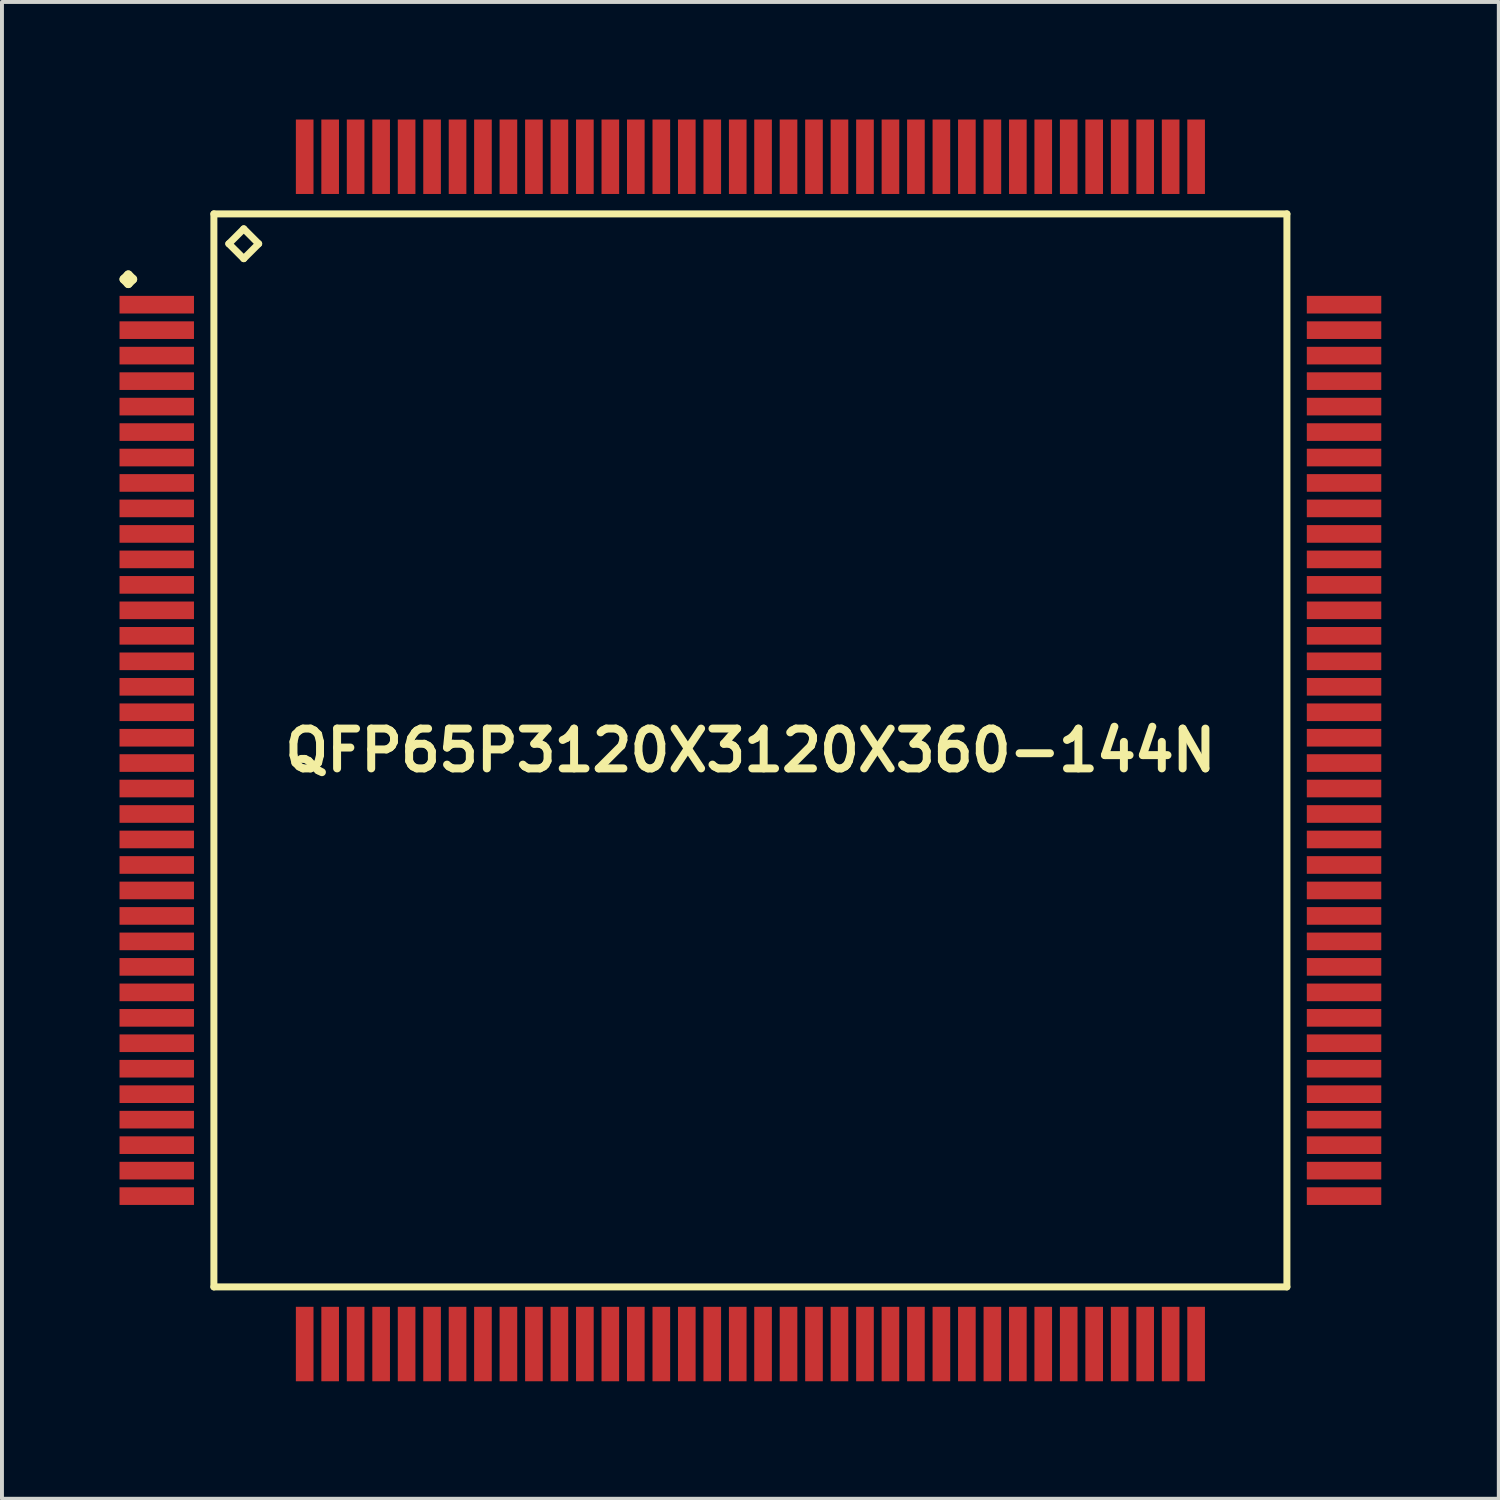
<source format=kicad_pcb>
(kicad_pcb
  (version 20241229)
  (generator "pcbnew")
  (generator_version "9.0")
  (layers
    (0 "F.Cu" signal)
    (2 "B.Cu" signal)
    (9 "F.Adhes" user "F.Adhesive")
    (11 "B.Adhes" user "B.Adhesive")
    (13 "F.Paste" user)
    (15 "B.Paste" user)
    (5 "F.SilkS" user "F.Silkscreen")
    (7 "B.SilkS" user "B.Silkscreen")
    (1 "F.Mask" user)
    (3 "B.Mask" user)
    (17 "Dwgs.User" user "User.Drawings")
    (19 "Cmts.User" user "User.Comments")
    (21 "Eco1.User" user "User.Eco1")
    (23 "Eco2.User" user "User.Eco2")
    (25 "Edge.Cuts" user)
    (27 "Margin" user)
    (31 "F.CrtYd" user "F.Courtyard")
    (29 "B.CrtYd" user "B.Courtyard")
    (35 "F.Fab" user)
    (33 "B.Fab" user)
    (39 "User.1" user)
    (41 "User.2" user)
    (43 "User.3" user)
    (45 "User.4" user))
  (footprint "QFP65P3120X3120X360-144N"
    (layer "F.Cu")
    (at 16.099 16.099)
    (property "Reference" "QFP65P3120X3120X360-144N" (at 0 0 0) (layer "F.SilkS") (effects (font (size 1.016 1.016) (thickness 0.203))))
    (attr smd)
    (fp_line (start -15.987 -12.024) (end -15.875 -12.136) (stroke (width 0.224) (type solid)) (layer "F.SilkS"))
    (fp_line (start -15.875 -12.136) (end -15.761 -12.024) (stroke (width 0.224) (type solid)) (layer "F.SilkS"))
    (fp_line (start -15.875 -11.91) (end -15.987 -12.024) (stroke (width 0.224) (type solid)) (layer "F.SilkS"))
    (fp_line (start -15.761 -12.024) (end -15.875 -11.91) (stroke (width 0.224) (type solid)) (layer "F.SilkS"))
    (fp_line (start -13.691 -13.691) (end -13.691 13.691) (stroke (width 0.178) (type solid)) (layer "F.SilkS"))
    (fp_line (start -13.691 13.691) (end 13.691 13.691) (stroke (width 0.178) (type solid)) (layer "F.SilkS"))
    (fp_line (start -13.31 -12.929) (end -12.929 -13.31) (stroke (width 0.178) (type solid)) (layer "F.SilkS"))
    (fp_line (start -12.929 -13.31) (end -12.548 -12.929) (stroke (width 0.178) (type solid)) (layer "F.SilkS"))
    (fp_line (start -12.929 -12.548) (end -13.31 -12.929) (stroke (width 0.178) (type solid)) (layer "F.SilkS"))
    (fp_line (start -12.548 -12.929) (end -12.929 -12.548) (stroke (width 0.178) (type solid)) (layer "F.SilkS"))
    (fp_line (start 13.691 -13.691) (end -13.691 -13.691) (stroke (width 0.178) (type solid)) (layer "F.SilkS"))
    (fp_line (start 13.691 13.691) (end 13.691 -13.691) (stroke (width 0.178) (type solid)) (layer "F.SilkS"))
    (pad "1" smd rect (at -15.149 -11.374) (size 1.9 0.45) (layers "F.Cu" "F.Mask" "F.Paste"))
    (pad "2" smd rect (at -15.149 -10.724) (size 1.9 0.45) (layers "F.Cu" "F.Mask" "F.Paste"))
    (pad "3" smd rect (at -15.149 -10.074) (size 1.9 0.45) (layers "F.Cu" "F.Mask" "F.Paste"))
    (pad "4" smd rect (at -15.149 -9.423) (size 1.9 0.45) (layers "F.Cu" "F.Mask" "F.Paste"))
    (pad "5" smd rect (at -15.149 -8.773) (size 1.9 0.45) (layers "F.Cu" "F.Mask" "F.Paste"))
    (pad "6" smd rect (at -15.149 -8.123) (size 1.9 0.45) (layers "F.Cu" "F.Mask" "F.Paste"))
    (pad "7" smd rect (at -15.149 -7.473) (size 1.9 0.45) (layers "F.Cu" "F.Mask" "F.Paste"))
    (pad "8" smd rect (at -15.149 -6.825) (size 1.9 0.45) (layers "F.Cu" "F.Mask" "F.Paste"))
    (pad "9" smd rect (at -15.149 -6.175) (size 1.9 0.45) (layers "F.Cu" "F.Mask" "F.Paste"))
    (pad "10" smd rect (at -15.149 -5.524) (size 1.9 0.45) (layers "F.Cu" "F.Mask" "F.Paste"))
    (pad "11" smd rect (at -15.149 -4.874) (size 1.9 0.45) (layers "F.Cu" "F.Mask" "F.Paste"))
    (pad "12" smd rect (at -15.149 -4.224) (size 1.9 0.45) (layers "F.Cu" "F.Mask" "F.Paste"))
    (pad "13" smd rect (at -15.149 -3.574) (size 1.9 0.45) (layers "F.Cu" "F.Mask" "F.Paste"))
    (pad "14" smd rect (at -15.149 -2.924) (size 1.9 0.45) (layers "F.Cu" "F.Mask" "F.Paste"))
    (pad "15" smd rect (at -15.149 -2.273) (size 1.9 0.45) (layers "F.Cu" "F.Mask" "F.Paste"))
    (pad "16" smd rect (at -15.149 -1.623) (size 1.9 0.45) (layers "F.Cu" "F.Mask" "F.Paste"))
    (pad "17" smd rect (at -15.149 -0.973) (size 1.9 0.45) (layers "F.Cu" "F.Mask" "F.Paste"))
    (pad "18" smd rect (at -15.149 -0.323) (size 1.9 0.45) (layers "F.Cu" "F.Mask" "F.Paste"))
    (pad "19" smd rect (at -15.149 0.323) (size 1.9 0.45) (layers "F.Cu" "F.Mask" "F.Paste"))
    (pad "20" smd rect (at -15.149 0.973) (size 1.9 0.45) (layers "F.Cu" "F.Mask" "F.Paste"))
    (pad "21" smd rect (at -15.149 1.623) (size 1.9 0.45) (layers "F.Cu" "F.Mask" "F.Paste"))
    (pad "22" smd rect (at -15.149 2.273) (size 1.9 0.45) (layers "F.Cu" "F.Mask" "F.Paste"))
    (pad "23" smd rect (at -15.149 2.924) (size 1.9 0.45) (layers "F.Cu" "F.Mask" "F.Paste"))
    (pad "24" smd rect (at -15.149 3.574) (size 1.9 0.45) (layers "F.Cu" "F.Mask" "F.Paste"))
    (pad "25" smd rect (at -15.149 4.224) (size 1.9 0.45) (layers "F.Cu" "F.Mask" "F.Paste"))
    (pad "26" smd rect (at -15.149 4.874) (size 1.9 0.45) (layers "F.Cu" "F.Mask" "F.Paste"))
    (pad "27" smd rect (at -15.149 5.524) (size 1.9 0.45) (layers "F.Cu" "F.Mask" "F.Paste"))
    (pad "28" smd rect (at -15.149 6.175) (size 1.9 0.45) (layers "F.Cu" "F.Mask" "F.Paste"))
    (pad "29" smd rect (at -15.149 6.825) (size 1.9 0.45) (layers "F.Cu" "F.Mask" "F.Paste"))
    (pad "30" smd rect (at -15.149 7.473) (size 1.9 0.45) (layers "F.Cu" "F.Mask" "F.Paste"))
    (pad "31" smd rect (at -15.149 8.123) (size 1.9 0.45) (layers "F.Cu" "F.Mask" "F.Paste"))
    (pad "32" smd rect (at -15.149 8.773) (size 1.9 0.45) (layers "F.Cu" "F.Mask" "F.Paste"))
    (pad "33" smd rect (at -15.149 9.423) (size 1.9 0.45) (layers "F.Cu" "F.Mask" "F.Paste"))
    (pad "34" smd rect (at -15.149 10.074) (size 1.9 0.45) (layers "F.Cu" "F.Mask" "F.Paste"))
    (pad "35" smd rect (at -15.149 10.724) (size 1.9 0.45) (layers "F.Cu" "F.Mask" "F.Paste"))
    (pad "36" smd rect (at -15.149 11.374) (size 1.9 0.45) (layers "F.Cu" "F.Mask" "F.Paste"))
    (pad "37" smd rect (at -11.374 15.149) (size 0.45 1.9) (layers "F.Cu" "F.Mask" "F.Paste"))
    (pad "38" smd rect (at -10.724 15.149) (size 0.45 1.9) (layers "F.Cu" "F.Mask" "F.Paste"))
    (pad "39" smd rect (at -10.074 15.149) (size 0.45 1.9) (layers "F.Cu" "F.Mask" "F.Paste"))
    (pad "40" smd rect (at -9.423 15.149) (size 0.45 1.9) (layers "F.Cu" "F.Mask" "F.Paste"))
    (pad "41" smd rect (at -8.773 15.149) (size 0.45 1.9) (layers "F.Cu" "F.Mask" "F.Paste"))
    (pad "42" smd rect (at -8.123 15.149) (size 0.45 1.9) (layers "F.Cu" "F.Mask" "F.Paste"))
    (pad "43" smd rect (at -7.473 15.149) (size 0.45 1.9) (layers "F.Cu" "F.Mask" "F.Paste"))
    (pad "44" smd rect (at -6.825 15.149) (size 0.45 1.9) (layers "F.Cu" "F.Mask" "F.Paste"))
    (pad "45" smd rect (at -6.175 15.149) (size 0.45 1.9) (layers "F.Cu" "F.Mask" "F.Paste"))
    (pad "46" smd rect (at -5.524 15.149) (size 0.45 1.9) (layers "F.Cu" "F.Mask" "F.Paste"))
    (pad "47" smd rect (at -4.874 15.149) (size 0.45 1.9) (layers "F.Cu" "F.Mask" "F.Paste"))
    (pad "48" smd rect (at -4.224 15.149) (size 0.45 1.9) (layers "F.Cu" "F.Mask" "F.Paste"))
    (pad "49" smd rect (at -3.574 15.149) (size 0.45 1.9) (layers "F.Cu" "F.Mask" "F.Paste"))
    (pad "50" smd rect (at -2.924 15.149) (size 0.45 1.9) (layers "F.Cu" "F.Mask" "F.Paste"))
    (pad "51" smd rect (at -2.273 15.149) (size 0.45 1.9) (layers "F.Cu" "F.Mask" "F.Paste"))
    (pad "52" smd rect (at -1.623 15.149) (size 0.45 1.9) (layers "F.Cu" "F.Mask" "F.Paste"))
    (pad "53" smd rect (at -0.973 15.149) (size 0.45 1.9) (layers "F.Cu" "F.Mask" "F.Paste"))
    (pad "54" smd rect (at -0.323 15.149) (size 0.45 1.9) (layers "F.Cu" "F.Mask" "F.Paste"))
    (pad "55" smd rect (at 0.323 15.149) (size 0.45 1.9) (layers "F.Cu" "F.Mask" "F.Paste"))
    (pad "56" smd rect (at 0.973 15.149) (size 0.45 1.9) (layers "F.Cu" "F.Mask" "F.Paste"))
    (pad "57" smd rect (at 1.623 15.149) (size 0.45 1.9) (layers "F.Cu" "F.Mask" "F.Paste"))
    (pad "58" smd rect (at 2.273 15.149) (size 0.45 1.9) (layers "F.Cu" "F.Mask" "F.Paste"))
    (pad "59" smd rect (at 2.924 15.149) (size 0.45 1.9) (layers "F.Cu" "F.Mask" "F.Paste"))
    (pad "60" smd rect (at 3.574 15.149) (size 0.45 1.9) (layers "F.Cu" "F.Mask" "F.Paste"))
    (pad "61" smd rect (at 4.224 15.149) (size 0.45 1.9) (layers "F.Cu" "F.Mask" "F.Paste"))
    (pad "62" smd rect (at 4.874 15.149) (size 0.45 1.9) (layers "F.Cu" "F.Mask" "F.Paste"))
    (pad "63" smd rect (at 5.524 15.149) (size 0.45 1.9) (layers "F.Cu" "F.Mask" "F.Paste"))
    (pad "64" smd rect (at 6.175 15.149) (size 0.45 1.9) (layers "F.Cu" "F.Mask" "F.Paste"))
    (pad "65" smd rect (at 6.825 15.149) (size 0.45 1.9) (layers "F.Cu" "F.Mask" "F.Paste"))
    (pad "66" smd rect (at 7.473 15.149) (size 0.45 1.9) (layers "F.Cu" "F.Mask" "F.Paste"))
    (pad "67" smd rect (at 8.123 15.149) (size 0.45 1.9) (layers "F.Cu" "F.Mask" "F.Paste"))
    (pad "68" smd rect (at 8.773 15.149) (size 0.45 1.9) (layers "F.Cu" "F.Mask" "F.Paste"))
    (pad "69" smd rect (at 9.423 15.149) (size 0.45 1.9) (layers "F.Cu" "F.Mask" "F.Paste"))
    (pad "70" smd rect (at 10.074 15.149) (size 0.45 1.9) (layers "F.Cu" "F.Mask" "F.Paste"))
    (pad "71" smd rect (at 10.724 15.149) (size 0.45 1.9) (layers "F.Cu" "F.Mask" "F.Paste"))
    (pad "72" smd rect (at 11.374 15.149) (size 0.45 1.9) (layers "F.Cu" "F.Mask" "F.Paste"))
    (pad "73" smd rect (at 15.149 11.374) (size 1.9 0.45) (layers "F.Cu" "F.Mask" "F.Paste"))
    (pad "74" smd rect (at 15.149 10.724) (size 1.9 0.45) (layers "F.Cu" "F.Mask" "F.Paste"))
    (pad "75" smd rect (at 15.149 10.074) (size 1.9 0.45) (layers "F.Cu" "F.Mask" "F.Paste"))
    (pad "76" smd rect (at 15.149 9.423) (size 1.9 0.45) (layers "F.Cu" "F.Mask" "F.Paste"))
    (pad "77" smd rect (at 15.149 8.773) (size 1.9 0.45) (layers "F.Cu" "F.Mask" "F.Paste"))
    (pad "78" smd rect (at 15.149 8.123) (size 1.9 0.45) (layers "F.Cu" "F.Mask" "F.Paste"))
    (pad "79" smd rect (at 15.149 7.473) (size 1.9 0.45) (layers "F.Cu" "F.Mask" "F.Paste"))
    (pad "80" smd rect (at 15.149 6.825) (size 1.9 0.45) (layers "F.Cu" "F.Mask" "F.Paste"))
    (pad "81" smd rect (at 15.149 6.175) (size 1.9 0.45) (layers "F.Cu" "F.Mask" "F.Paste"))
    (pad "82" smd rect (at 15.149 5.524) (size 1.9 0.45) (layers "F.Cu" "F.Mask" "F.Paste"))
    (pad "83" smd rect (at 15.149 4.874) (size 1.9 0.45) (layers "F.Cu" "F.Mask" "F.Paste"))
    (pad "84" smd rect (at 15.149 4.224) (size 1.9 0.45) (layers "F.Cu" "F.Mask" "F.Paste"))
    (pad "85" smd rect (at 15.149 3.574) (size 1.9 0.45) (layers "F.Cu" "F.Mask" "F.Paste"))
    (pad "86" smd rect (at 15.149 2.924) (size 1.9 0.45) (layers "F.Cu" "F.Mask" "F.Paste"))
    (pad "87" smd rect (at 15.149 2.273) (size 1.9 0.45) (layers "F.Cu" "F.Mask" "F.Paste"))
    (pad "88" smd rect (at 15.149 1.623) (size 1.9 0.45) (layers "F.Cu" "F.Mask" "F.Paste"))
    (pad "89" smd rect (at 15.149 0.973) (size 1.9 0.45) (layers "F.Cu" "F.Mask" "F.Paste"))
    (pad "90" smd rect (at 15.149 0.323) (size 1.9 0.45) (layers "F.Cu" "F.Mask" "F.Paste"))
    (pad "91" smd rect (at 15.149 -0.323) (size 1.9 0.45) (layers "F.Cu" "F.Mask" "F.Paste"))
    (pad "92" smd rect (at 15.149 -0.973) (size 1.9 0.45) (layers "F.Cu" "F.Mask" "F.Paste"))
    (pad "93" smd rect (at 15.149 -1.623) (size 1.9 0.45) (layers "F.Cu" "F.Mask" "F.Paste"))
    (pad "94" smd rect (at 15.149 -2.273) (size 1.9 0.45) (layers "F.Cu" "F.Mask" "F.Paste"))
    (pad "95" smd rect (at 15.149 -2.924) (size 1.9 0.45) (layers "F.Cu" "F.Mask" "F.Paste"))
    (pad "96" smd rect (at 15.149 -3.574) (size 1.9 0.45) (layers "F.Cu" "F.Mask" "F.Paste"))
    (pad "97" smd rect (at 15.149 -4.224) (size 1.9 0.45) (layers "F.Cu" "F.Mask" "F.Paste"))
    (pad "98" smd rect (at 15.149 -4.874) (size 1.9 0.45) (layers "F.Cu" "F.Mask" "F.Paste"))
    (pad "99" smd rect (at 15.149 -5.524) (size 1.9 0.45) (layers "F.Cu" "F.Mask" "F.Paste"))
    (pad "100" smd rect (at 15.149 -6.175) (size 1.9 0.45) (layers "F.Cu" "F.Mask" "F.Paste"))
    (pad "101" smd rect (at 15.149 -6.825) (size 1.9 0.45) (layers "F.Cu" "F.Mask" "F.Paste"))
    (pad "102" smd rect (at 15.149 -7.473) (size 1.9 0.45) (layers "F.Cu" "F.Mask" "F.Paste"))
    (pad "103" smd rect (at 15.149 -8.123) (size 1.9 0.45) (layers "F.Cu" "F.Mask" "F.Paste"))
    (pad "104" smd rect (at 15.149 -8.773) (size 1.9 0.45) (layers "F.Cu" "F.Mask" "F.Paste"))
    (pad "105" smd rect (at 15.149 -9.423) (size 1.9 0.45) (layers "F.Cu" "F.Mask" "F.Paste"))
    (pad "106" smd rect (at 15.149 -10.074) (size 1.9 0.45) (layers "F.Cu" "F.Mask" "F.Paste"))
    (pad "107" smd rect (at 15.149 -10.724) (size 1.9 0.45) (layers "F.Cu" "F.Mask" "F.Paste"))
    (pad "108" smd rect (at 15.149 -11.374) (size 1.9 0.45) (layers "F.Cu" "F.Mask" "F.Paste"))
    (pad "109" smd rect (at 11.374 -15.149) (size 0.45 1.9) (layers "F.Cu" "F.Mask" "F.Paste"))
    (pad "110" smd rect (at 10.724 -15.149) (size 0.45 1.9) (layers "F.Cu" "F.Mask" "F.Paste"))
    (pad "111" smd rect (at 10.074 -15.149) (size 0.45 1.9) (layers "F.Cu" "F.Mask" "F.Paste"))
    (pad "112" smd rect (at 9.423 -15.149) (size 0.45 1.9) (layers "F.Cu" "F.Mask" "F.Paste"))
    (pad "113" smd rect (at 8.773 -15.149) (size 0.45 1.9) (layers "F.Cu" "F.Mask" "F.Paste"))
    (pad "114" smd rect (at 8.123 -15.149) (size 0.45 1.9) (layers "F.Cu" "F.Mask" "F.Paste"))
    (pad "115" smd rect (at 7.473 -15.149) (size 0.45 1.9) (layers "F.Cu" "F.Mask" "F.Paste"))
    (pad "116" smd rect (at 6.825 -15.149) (size 0.45 1.9) (layers "F.Cu" "F.Mask" "F.Paste"))
    (pad "117" smd rect (at 6.175 -15.149) (size 0.45 1.9) (layers "F.Cu" "F.Mask" "F.Paste"))
    (pad "118" smd rect (at 5.524 -15.149) (size 0.45 1.9) (layers "F.Cu" "F.Mask" "F.Paste"))
    (pad "119" smd rect (at 4.874 -15.149) (size 0.45 1.9) (layers "F.Cu" "F.Mask" "F.Paste"))
    (pad "120" smd rect (at 4.224 -15.149) (size 0.45 1.9) (layers "F.Cu" "F.Mask" "F.Paste"))
    (pad "121" smd rect (at 3.574 -15.149) (size 0.45 1.9) (layers "F.Cu" "F.Mask" "F.Paste"))
    (pad "122" smd rect (at 2.924 -15.149) (size 0.45 1.9) (layers "F.Cu" "F.Mask" "F.Paste"))
    (pad "123" smd rect (at 2.273 -15.149) (size 0.45 1.9) (layers "F.Cu" "F.Mask" "F.Paste"))
    (pad "124" smd rect (at 1.623 -15.149) (size 0.45 1.9) (layers "F.Cu" "F.Mask" "F.Paste"))
    (pad "125" smd rect (at 0.973 -15.149) (size 0.45 1.9) (layers "F.Cu" "F.Mask" "F.Paste"))
    (pad "126" smd rect (at 0.323 -15.149) (size 0.45 1.9) (layers "F.Cu" "F.Mask" "F.Paste"))
    (pad "127" smd rect (at -0.323 -15.149) (size 0.45 1.9) (layers "F.Cu" "F.Mask" "F.Paste"))
    (pad "128" smd rect (at -0.973 -15.149) (size 0.45 1.9) (layers "F.Cu" "F.Mask" "F.Paste"))
    (pad "129" smd rect (at -1.623 -15.149) (size 0.45 1.9) (layers "F.Cu" "F.Mask" "F.Paste"))
    (pad "130" smd rect (at -2.273 -15.149) (size 0.45 1.9) (layers "F.Cu" "F.Mask" "F.Paste"))
    (pad "131" smd rect (at -2.924 -15.149) (size 0.45 1.9) (layers "F.Cu" "F.Mask" "F.Paste"))
    (pad "132" smd rect (at -3.574 -15.149) (size 0.45 1.9) (layers "F.Cu" "F.Mask" "F.Paste"))
    (pad "133" smd rect (at -4.224 -15.149) (size 0.45 1.9) (layers "F.Cu" "F.Mask" "F.Paste"))
    (pad "134" smd rect (at -4.874 -15.149) (size 0.45 1.9) (layers "F.Cu" "F.Mask" "F.Paste"))
    (pad "135" smd rect (at -5.524 -15.149) (size 0.45 1.9) (layers "F.Cu" "F.Mask" "F.Paste"))
    (pad "136" smd rect (at -6.175 -15.149) (size 0.45 1.9) (layers "F.Cu" "F.Mask" "F.Paste"))
    (pad "137" smd rect (at -6.825 -15.149) (size 0.45 1.9) (layers "F.Cu" "F.Mask" "F.Paste"))
    (pad "138" smd rect (at -7.473 -15.149) (size 0.45 1.9) (layers "F.Cu" "F.Mask" "F.Paste"))
    (pad "139" smd rect (at -8.123 -15.149) (size 0.45 1.9) (layers "F.Cu" "F.Mask" "F.Paste"))
    (pad "140" smd rect (at -8.773 -15.149) (size 0.45 1.9) (layers "F.Cu" "F.Mask" "F.Paste"))
    (pad "141" smd rect (at -9.423 -15.149) (size 0.45 1.9) (layers "F.Cu" "F.Mask" "F.Paste"))
    (pad "142" smd rect (at -10.074 -15.149) (size 0.45 1.9) (layers "F.Cu" "F.Mask" "F.Paste"))
    (pad "143" smd rect (at -10.724 -15.149) (size 0.45 1.9) (layers "F.Cu" "F.Mask" "F.Paste"))
    (pad "144" smd rect (at -11.374 -15.149) (size 0.45 1.9) (layers "F.Cu" "F.Mask" "F.Paste")))
  (gr_rect
    (start -3 -3)
    (end 35.197 35.197)
    (stroke (width 0.1) (type default))
    (fill no)
    (layer "Edge.Cuts")))
</source>
